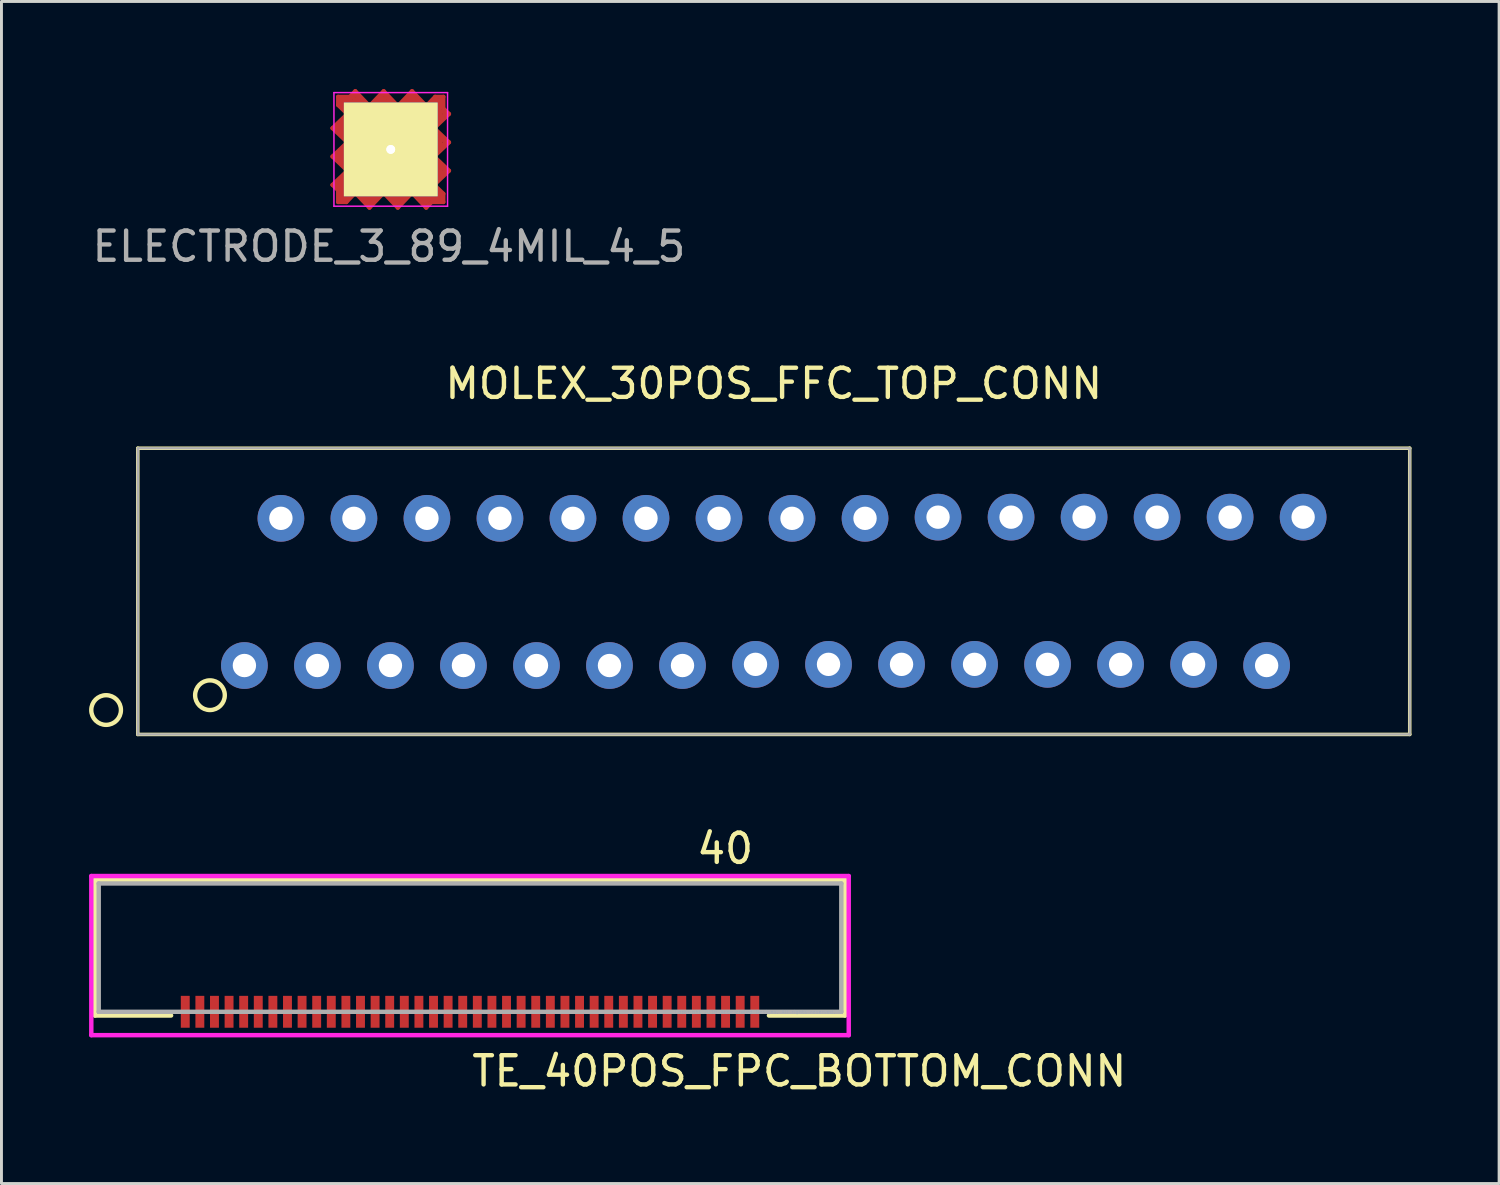
<source format=kicad_pcb>
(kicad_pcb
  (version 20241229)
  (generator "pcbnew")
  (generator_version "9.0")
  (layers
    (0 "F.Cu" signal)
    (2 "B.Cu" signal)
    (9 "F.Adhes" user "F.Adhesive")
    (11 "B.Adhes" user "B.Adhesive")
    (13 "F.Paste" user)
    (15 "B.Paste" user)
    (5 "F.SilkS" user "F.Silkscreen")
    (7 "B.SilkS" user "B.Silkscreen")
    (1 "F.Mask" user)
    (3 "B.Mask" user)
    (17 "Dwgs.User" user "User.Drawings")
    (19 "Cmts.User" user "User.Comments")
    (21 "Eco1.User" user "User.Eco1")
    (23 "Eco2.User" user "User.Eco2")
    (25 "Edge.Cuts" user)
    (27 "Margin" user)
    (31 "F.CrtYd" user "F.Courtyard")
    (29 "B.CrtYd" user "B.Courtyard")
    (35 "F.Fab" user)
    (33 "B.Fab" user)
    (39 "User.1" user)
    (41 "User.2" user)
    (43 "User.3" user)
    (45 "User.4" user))
  (footprint "ELECTRODE_3_89_4MIL_4_5"
    (layer "F.Cu")
    (at 10.329 2.066)
    (property "Reference" "ELECTRODE_3_89_4MIL_4_5" (at -0.061 3.322 0) (layer "F.Fab") (effects (font (size 1 1) (thickness 0.15))))
    (attr through_hole)
    (fp_line (start -1.996 -0.728) (end -1.486 -0.243) (stroke (width 0.141) (type solid)) (layer "F.Cu"))
    (fp_line (start -1.996 0.243) (end -1.486 0.729) (stroke (width 0.141) (type solid)) (layer "F.Cu"))
    (fp_line (start -1.996 1.215) (end -1.803 1.399) (stroke (width 0.141) (type solid)) (layer "F.Cu"))
    (fp_line (start -1.859 -0.729) (end -1.74 -0.864) (stroke (width 0.12) (type solid)) (layer "F.Cu"))
    (fp_line (start -1.857 0.244) (end -1.732 0.117) (stroke (width 0.12) (type solid)) (layer "F.Cu"))
    (fp_line (start -1.847 1.219) (end -1.735 1.082) (stroke (width 0.12) (type solid)) (layer "F.Cu"))
    (fp_line (start -1.803 -1.803) (end -1.399 -1.803) (stroke (width 0.141) (type solid)) (layer "F.Cu"))
    (fp_line (start -1.803 -1.519) (end -1.803 -1.803) (stroke (width 0.141) (type solid)) (layer "F.Cu"))
    (fp_line (start -1.803 -1.519) (end -1.486 -1.215) (stroke (width 0.141) (type solid)) (layer "F.Cu"))
    (fp_line (start -1.803 1.803) (end -1.803 1.399) (stroke (width 0.141) (type solid)) (layer "F.Cu"))
    (fp_line (start -1.803 1.803) (end -1.519 1.803) (stroke (width 0.141) (type solid)) (layer "F.Cu"))
    (fp_line (start -1.74 -0.864) (end -1.732 -0.683) (stroke (width 0.12) (type solid)) (layer "F.Cu"))
    (fp_line (start -1.735 1.082) (end -1.737 1.24) (stroke (width 0.12) (type solid)) (layer "F.Cu"))
    (fp_line (start -1.732 0.117) (end -1.748 0.292) (stroke (width 0.12) (type solid)) (layer "F.Cu"))
    (fp_line (start -1.714 1.422) (end -1.712 1.697) (stroke (width 0.12) (type solid)) (layer "F.Cu"))
    (fp_line (start -1.712 1.697) (end -1.524 1.699) (stroke (width 0.12) (type solid)) (layer "F.Cu"))
    (fp_line (start -1.697 -1.709) (end -1.697 -1.521) (stroke (width 0.12) (type solid)) (layer "F.Cu"))
    (fp_line (start -1.697 -1.521) (end -1.618 -1.458) (stroke (width 0.12) (type solid)) (layer "F.Cu"))
    (fp_line (start -1.656 -0.013) (end -1.654 0.483) (stroke (width 0.12) (type solid)) (layer "F.Cu"))
    (fp_line (start -1.654 0.483) (end -1.857 0.244) (stroke (width 0.12) (type solid)) (layer "F.Cu"))
    (fp_line (start -1.651 1.377) (end -1.847 1.219) (stroke (width 0.12) (type solid)) (layer "F.Cu"))
    (fp_line (start -1.648 -0.968) (end -1.648 -0.498) (stroke (width 0.12) (type solid)) (layer "F.Cu"))
    (fp_line (start -1.648 -0.498) (end -1.859 -0.729) (stroke (width 0.12) (type solid)) (layer "F.Cu"))
    (fp_line (start -1.646 0.98) (end -1.651 1.377) (stroke (width 0.12) (type solid)) (layer "F.Cu"))
    (fp_line (start -1.618 -1.631) (end -1.443 -1.628) (stroke (width 0.12) (type solid)) (layer "F.Cu"))
    (fp_line (start -1.618 -1.458) (end -1.618 -1.631) (stroke (width 0.12) (type solid)) (layer "F.Cu"))
    (fp_line (start -1.618 1.626) (end -1.621 1.427) (stroke (width 0.12) (type solid)) (layer "F.Cu"))
    (fp_line (start -1.524 1.699) (end -1.422 1.628) (stroke (width 0.12) (type solid)) (layer "F.Cu"))
    (fp_line (start -1.486 -1.215) (end -1.996 -0.728) (stroke (width 0.141) (type solid)) (layer "F.Cu"))
    (fp_line (start -1.486 -0.243) (end -1.996 0.243) (stroke (width 0.141) (type solid)) (layer "F.Cu"))
    (fp_line (start -1.486 0.729) (end -1.996 1.215) (stroke (width 0.141) (type solid)) (layer "F.Cu"))
    (fp_line (start -1.448 -1.643) (end -1.209 -1.869) (stroke (width 0.12) (type solid)) (layer "F.Cu"))
    (fp_line (start -1.443 -1.709) (end -1.697 -1.709) (stroke (width 0.12) (type solid)) (layer "F.Cu"))
    (fp_line (start -1.422 1.628) (end -1.618 1.626) (stroke (width 0.12) (type solid)) (layer "F.Cu"))
    (fp_line (start -1.215 -1.996) (end -1.399 -1.803) (stroke (width 0.141) (type solid)) (layer "F.Cu"))
    (fp_line (start -1.215 1.486) (end -1.519 1.803) (stroke (width 0.141) (type solid)) (layer "F.Cu"))
    (fp_line (start -1.209 -1.869) (end -1.034 -1.709) (stroke (width 0.12) (type solid)) (layer "F.Cu"))
    (fp_line (start -1.034 -1.709) (end -1.257 -1.74) (stroke (width 0.12) (type solid)) (layer "F.Cu"))
    (fp_line (start -1.001 1.638) (end -0.495 1.638) (stroke (width 0.12) (type solid)) (layer "F.Cu"))
    (fp_line (start -0.98 -1.638) (end -1.448 -1.643) (stroke (width 0.12) (type solid)) (layer "F.Cu"))
    (fp_line (start -0.876 1.712) (end -0.688 1.722) (stroke (width 0.12) (type solid)) (layer "F.Cu"))
    (fp_line (start -0.729 1.996) (end -1.215 1.486) (stroke (width 0.141) (type solid)) (layer "F.Cu"))
    (fp_line (start -0.729 1.841) (end -0.876 1.712) (stroke (width 0.12) (type solid)) (layer "F.Cu"))
    (fp_line (start -0.729 -1.486) (end -1.214 -1.996) (stroke (width 0.141) (type solid)) (layer "F.Cu"))
    (fp_line (start -0.513 -1.646) (end 0.003 -1.646) (stroke (width 0.12) (type solid)) (layer "F.Cu"))
    (fp_line (start -0.495 1.638) (end -0.729 1.841) (stroke (width 0.12) (type solid)) (layer "F.Cu"))
    (fp_line (start -0.406 -1.74) (end -0.17 -1.75) (stroke (width 0.12) (type solid)) (layer "F.Cu"))
    (fp_line (start -0.249 -1.88) (end -0.406 -1.74) (stroke (width 0.12) (type solid)) (layer "F.Cu"))
    (fp_line (start -0.243 1.486) (end -0.729 1.996) (stroke (width 0.141) (type solid)) (layer "F.Cu"))
    (fp_line (start -0.242 -1.996) (end -0.729 -1.486) (stroke (width 0.141) (type solid)) (layer "F.Cu"))
    (fp_line (start -0.025 1.646) (end 0.48 1.648) (stroke (width 0.12) (type solid)) (layer "F.Cu"))
    (fp_line (start 0.003 -1.646) (end -0.249 -1.88) (stroke (width 0.12) (type solid)) (layer "F.Cu"))
    (fp_line (start 0.104 1.73) (end 0.287 1.714) (stroke (width 0.12) (type solid)) (layer "F.Cu"))
    (fp_line (start 0.241 1.836) (end 0.104 1.73) (stroke (width 0.12) (type solid)) (layer "F.Cu"))
    (fp_line (start 0.242 1.996) (end -0.243 1.486) (stroke (width 0.141) (type solid)) (layer "F.Cu"))
    (fp_line (start 0.243 -1.486) (end -0.242 -1.996) (stroke (width 0.141) (type solid)) (layer "F.Cu"))
    (fp_line (start 0.462 -1.643) (end 0.993 -1.643) (stroke (width 0.12) (type solid)) (layer "F.Cu"))
    (fp_line (start 0.48 1.648) (end 0.241 1.836) (stroke (width 0.12) (type solid)) (layer "F.Cu"))
    (fp_line (start 0.572 -1.732) (end 0.81 -1.745) (stroke (width 0.12) (type solid)) (layer "F.Cu"))
    (fp_line (start 0.729 1.486) (end 0.242 1.996) (stroke (width 0.141) (type solid)) (layer "F.Cu"))
    (fp_line (start 0.729 -1.862) (end 0.572 -1.732) (stroke (width 0.12) (type solid)) (layer "F.Cu"))
    (fp_line (start 0.729 -1.996) (end 0.243 -1.486) (stroke (width 0.141) (type solid)) (layer "F.Cu"))
    (fp_line (start 0.968 1.643) (end 1.384 1.646) (stroke (width 0.12) (type solid)) (layer "F.Cu"))
    (fp_line (start 0.993 -1.643) (end 0.729 -1.862) (stroke (width 0.12) (type solid)) (layer "F.Cu"))
    (fp_line (start 1.069 1.714) (end 1.227 1.709) (stroke (width 0.12) (type solid)) (layer "F.Cu"))
    (fp_line (start 1.214 1.996) (end 0.729 1.486) (stroke (width 0.141) (type solid)) (layer "F.Cu"))
    (fp_line (start 1.215 -1.486) (end 0.729 -1.996) (stroke (width 0.141) (type solid)) (layer "F.Cu"))
    (fp_line (start 1.219 1.834) (end 1.069 1.714) (stroke (width 0.12) (type solid)) (layer "F.Cu"))
    (fp_line (start 1.384 1.646) (end 1.219 1.834) (stroke (width 0.12) (type solid)) (layer "F.Cu"))
    (fp_line (start 1.398 1.803) (end 1.214 1.996) (stroke (width 0.141) (type solid)) (layer "F.Cu"))
    (fp_line (start 1.399 1.803) (end 1.803 1.803) (stroke (width 0.141) (type solid)) (layer "F.Cu"))
    (fp_line (start 1.4 1.692) (end 1.704 1.692) (stroke (width 0.12) (type solid)) (layer "F.Cu"))
    (fp_line (start 1.473 -1.615) (end 1.56 -1.697) (stroke (width 0.12) (type solid)) (layer "F.Cu"))
    (fp_line (start 1.486 -0.729) (end 1.996 -0.243) (stroke (width 0.141) (type solid)) (layer "F.Cu"))
    (fp_line (start 1.486 0.243) (end 1.996 0.729) (stroke (width 0.141) (type solid)) (layer "F.Cu"))
    (fp_line (start 1.486 1.215) (end 1.803 1.519) (stroke (width 0.141) (type solid)) (layer "F.Cu"))
    (fp_line (start 1.519 -1.803) (end 1.215 -1.486) (stroke (width 0.141) (type solid)) (layer "F.Cu"))
    (fp_line (start 1.56 -1.697) (end 1.702 -1.694) (stroke (width 0.12) (type solid)) (layer "F.Cu"))
    (fp_line (start 1.628 -1.377) (end 1.877 -1.224) (stroke (width 0.12) (type solid)) (layer "F.Cu"))
    (fp_line (start 1.628 -0.993) (end 1.628 -1.377) (stroke (width 0.12) (type solid)) (layer "F.Cu"))
    (fp_line (start 1.628 0.953) (end 1.872 0.724) (stroke (width 0.12) (type solid)) (layer "F.Cu"))
    (fp_line (start 1.628 1.463) (end 1.628 1.605) (stroke (width 0.12) (type solid)) (layer "F.Cu"))
    (fp_line (start 1.628 1.605) (end 1.443 1.6) (stroke (width 0.12) (type solid)) (layer "F.Cu"))
    (fp_line (start 1.633 0.488) (end 1.628 0.953) (stroke (width 0.12) (type solid)) (layer "F.Cu"))
    (fp_line (start 1.636 -1.613) (end 1.473 -1.615) (stroke (width 0.12) (type solid)) (layer "F.Cu"))
    (fp_line (start 1.636 -1.44) (end 1.636 -1.613) (stroke (width 0.12) (type solid)) (layer "F.Cu"))
    (fp_line (start 1.643 -0.475) (end 1.643 -0.005) (stroke (width 0.12) (type solid)) (layer "F.Cu"))
    (fp_line (start 1.643 -0.005) (end 1.857 -0.246) (stroke (width 0.12) (type solid)) (layer "F.Cu"))
    (fp_line (start 1.697 -1.074) (end 1.72 -1.229) (stroke (width 0.12) (type solid)) (layer "F.Cu"))
    (fp_line (start 1.702 -1.694) (end 1.707 -1.427) (stroke (width 0.12) (type solid)) (layer "F.Cu"))
    (fp_line (start 1.704 1.547) (end 1.628 1.463) (stroke (width 0.12) (type solid)) (layer "F.Cu"))
    (fp_line (start 1.704 1.692) (end 1.704 1.547) (stroke (width 0.12) (type solid)) (layer "F.Cu"))
    (fp_line (start 1.712 -0.384) (end 1.714 -0.175) (stroke (width 0.12) (type solid)) (layer "F.Cu"))
    (fp_line (start 1.717 0.579) (end 1.732 0.79) (stroke (width 0.12) (type solid)) (layer "F.Cu"))
    (fp_line (start 1.803 -1.803) (end 1.519 -1.803) (stroke (width 0.141) (type solid)) (layer "F.Cu"))
    (fp_line (start 1.803 -1.803) (end 1.803 -1.399) (stroke (width 0.141) (type solid)) (layer "F.Cu"))
    (fp_line (start 1.803 -1.399) (end 1.996 -1.215) (stroke (width 0.141) (type solid)) (layer "F.Cu"))
    (fp_line (start 1.803 1.803) (end 1.803 1.519) (stroke (width 0.141) (type solid)) (layer "F.Cu"))
    (fp_line (start 1.857 -0.246) (end 1.712 -0.384) (stroke (width 0.12) (type solid)) (layer "F.Cu"))
    (fp_line (start 1.872 0.724) (end 1.717 0.579) (stroke (width 0.12) (type solid)) (layer "F.Cu"))
    (fp_line (start 1.877 -1.224) (end 1.697 -1.074) (stroke (width 0.12) (type solid)) (layer "F.Cu"))
    (fp_line (start 1.996 -1.215) (end 1.486 -0.729) (stroke (width 0.141) (type solid)) (layer "F.Cu"))
    (fp_line (start 1.996 -0.243) (end 1.486 0.243) (stroke (width 0.141) (type solid)) (layer "F.Cu"))
    (fp_line (start 1.996 0.729) (end 1.486 1.215) (stroke (width 0.141) (type solid)) (layer "F.Cu"))
    (fp_line (start -1.945 -1.945) (end -1.945 1.945) (stroke (width 0.05) (type solid)) (layer "F.CrtYd"))
    (fp_line (start -1.945 -1.945) (end 1.945 -1.945) (stroke (width 0.05) (type solid)) (layer "F.CrtYd"))
    (fp_line (start -1.945 1.945) (end 1.945 1.945) (stroke (width 0.05) (type solid)) (layer "F.CrtYd"))
    (fp_line (start 1.945 -1.945) (end 1.945 1.945) (stroke (width 0.05) (type solid)) (layer "F.CrtYd"))
    (pad "1" thru_hole circle (at 0 0) (size 0.605 0.605) (drill 0.3) (layers "*.Cu" "*.Mask" "F.SilkS"))
    (pad "1" thru_hole rect (at 0 0) (size 3.21 3.21) (drill 0.3) (layers "F.Cu" "F.Mask" "F.SilkS")))
  (footprint "MOLEX_30POS_FFC_TOP_CONN"
    (layer "F.Cu")
    (at 23.443 17.197)
    (property "Reference" "MOLEX_30POS_FFC_TOP_CONN" (at 0 -7.112 0) (layer "F.SilkS") (effects (font (size 1 1) (thickness 0.15))))
    (attr through_hole)
    (fp_line (start -21.775 -4.9) (end -21.775 4.9) (stroke (width 0.12) (type solid)) (layer "F.SilkS"))
    (fp_line (start -21.775 4.9) (end 21.775 4.9) (stroke (width 0.12) (type solid)) (layer "F.SilkS"))
    (fp_line (start 21.775 -4.9) (end -21.775 -4.9) (stroke (width 0.12) (type solid)) (layer "F.SilkS"))
    (fp_line (start 21.775 -4.9) (end 21.775 4.9) (stroke (width 0.12) (type solid)) (layer "F.SilkS"))
    (fp_circle (center -22.86 4.064) (end -22.352 4.064) (stroke (width 0.15) (type solid)) (fill no) (layer "F.SilkS"))
    (fp_circle (center -19.304 3.556) (end -18.796 3.556) (stroke (width 0.15) (type solid)) (fill no) (layer "F.SilkS"))
    (fp_line (start -21.775 -4.9) (end -21.775 4.9) (stroke (width 0.08) (type solid)) (layer "F.Fab"))
    (fp_line (start -21.775 -4.9) (end 21.775 -4.9) (stroke (width 0.08) (type solid)) (layer "F.Fab"))
    (fp_line (start -21.775 4.9) (end 21.775 4.9) (stroke (width 0.08) (type solid)) (layer "F.Fab"))
    (fp_line (start 21.775 -4.9) (end 21.775 4.9) (stroke (width 0.08) (type solid)) (layer "F.Fab"))
    (pad "1" thru_hole circle (at -18.125 2.54) (size 1.6 1.6) (drill 0.8) (layers "*.Cu" "*.Mask"))
    (pad "2" thru_hole circle (at -16.875 -2.5) (size 1.6 1.6) (drill 0.8) (layers "*.Cu" "*.Mask"))
    (pad "3" thru_hole circle (at -15.625 2.54) (size 1.6 1.6) (drill 0.8) (layers "*.Cu" "*.Mask"))
    (pad "4" thru_hole circle (at -14.375 -2.5) (size 1.6 1.6) (drill 0.8) (layers "*.Cu" "*.Mask"))
    (pad "5" thru_hole circle (at -13.125 2.54) (size 1.6 1.6) (drill 0.8) (layers "*.Cu" "*.Mask"))
    (pad "6" thru_hole circle (at -11.875 -2.5) (size 1.6 1.6) (drill 0.8) (layers "*.Cu" "*.Mask"))
    (pad "7" thru_hole circle (at -10.625 2.54) (size 1.6 1.6) (drill 0.8) (layers "*.Cu" "*.Mask"))
    (pad "8" thru_hole circle (at -9.375 -2.5) (size 1.6 1.6) (drill 0.8) (layers "*.Cu" "*.Mask"))
    (pad "9" thru_hole circle (at -8.125 2.54) (size 1.6 1.6) (drill 0.8) (layers "*.Cu" "*.Mask"))
    (pad "10" thru_hole circle (at -6.875 -2.5) (size 1.6 1.6) (drill 0.8) (layers "*.Cu" "*.Mask"))
    (pad "11" thru_hole circle (at -5.625 2.54) (size 1.6 1.6) (drill 0.8) (layers "*.Cu" "*.Mask"))
    (pad "12" thru_hole circle (at -4.375 -2.5) (size 1.6 1.6) (drill 0.8) (layers "*.Cu" "*.Mask"))
    (pad "13" thru_hole circle (at -3.125 2.54) (size 1.6 1.6) (drill 0.8) (layers "*.Cu" "*.Mask"))
    (pad "14" thru_hole circle (at -1.875 -2.5) (size 1.6 1.6) (drill 0.8) (layers "*.Cu" "*.Mask"))
    (pad "15" thru_hole circle (at -0.625 2.5) (size 1.6 1.6) (drill 0.8) (layers "*.Cu" "*.Mask"))
    (pad "16" thru_hole circle (at 0.625 -2.5) (size 1.6 1.6) (drill 0.8) (layers "*.Cu" "*.Mask"))
    (pad "17" thru_hole circle (at 1.875 2.5) (size 1.6 1.6) (drill 0.8) (layers "*.Cu" "*.Mask"))
    (pad "18" thru_hole circle (at 3.125 -2.5) (size 1.6 1.6) (drill 0.8) (layers "*.Cu" "*.Mask"))
    (pad "19" thru_hole circle (at 4.375 2.5) (size 1.6 1.6) (drill 0.8) (layers "*.Cu" "*.Mask"))
    (pad "20" thru_hole circle (at 5.625 -2.54) (size 1.6 1.6) (drill 0.8) (layers "*.Cu" "*.Mask"))
    (pad "21" thru_hole circle (at 6.875 2.5) (size 1.6 1.6) (drill 0.8) (layers "*.Cu" "*.Mask"))
    (pad "22" thru_hole circle (at 8.125 -2.54) (size 1.6 1.6) (drill 0.8) (layers "*.Cu" "*.Mask"))
    (pad "23" thru_hole circle (at 9.375 2.5) (size 1.6 1.6) (drill 0.8) (layers "*.Cu" "*.Mask"))
    (pad "24" thru_hole circle (at 10.625 -2.54) (size 1.6 1.6) (drill 0.8) (layers "*.Cu" "*.Mask"))
    (pad "25" thru_hole circle (at 11.875 2.5) (size 1.6 1.6) (drill 0.8) (layers "*.Cu" "*.Mask"))
    (pad "26" thru_hole circle (at 13.125 -2.54) (size 1.6 1.6) (drill 0.8) (layers "*.Cu" "*.Mask"))
    (pad "27" thru_hole circle (at 14.375 2.5) (size 1.6 1.6) (drill 0.8) (layers "*.Cu" "*.Mask"))
    (pad "28" thru_hole circle (at 15.625 -2.54) (size 1.6 1.6) (drill 0.8) (layers "*.Cu" "*.Mask"))
    (pad "29" thru_hole circle (at 16.875 2.54) (size 1.6 1.6) (drill 0.8) (layers "*.Cu" "*.Mask"))
    (pad "30" thru_hole circle (at 18.125 -2.54) (size 1.6 1.6) (drill 0.8) (layers "*.Cu" "*.Mask")))
  (footprint "TE_40POS_FPC_BOTTOM_CONN"
    (layer "F.Cu")
    (at 22.793 31.593)
    (property "Reference" "TE_40POS_FPC_BOTTOM_CONN" (at 1.524 2.032 0) (layer "F.SilkS") (effects (font (size 1 1) (thickness 0.15))))
    (attr through_hole)
    (fp_line (start -22.59 -4.521) (end -22.59 0.127) (stroke (width 0.152) (type solid)) (layer "F.SilkS"))
    (fp_line (start -22.59 0.127) (end -19.985 0.127) (stroke (width 0.152) (type solid)) (layer "F.SilkS"))
    (fp_line (start 0.485 0.127) (end 3.09 0.127) (stroke (width 0.152) (type solid)) (layer "F.SilkS"))
    (fp_line (start 3.09 -4.521) (end -22.59 -4.521) (stroke (width 0.152) (type solid)) (layer "F.SilkS"))
    (fp_line (start 3.09 0.127) (end 3.09 -4.521) (stroke (width 0.152) (type solid)) (layer "F.SilkS"))
    (fp_line (start -22.717 -4.648) (end -22.717 0.8) (stroke (width 0.152) (type solid)) (layer "F.CrtYd"))
    (fp_line (start -22.717 0.8) (end 3.217 0.8) (stroke (width 0.152) (type solid)) (layer "F.CrtYd"))
    (fp_line (start 3.217 -4.648) (end -22.717 -4.648) (stroke (width 0.152) (type solid)) (layer "F.CrtYd"))
    (fp_line (start 3.217 0.8) (end 3.217 -4.648) (stroke (width 0.152) (type solid)) (layer "F.CrtYd"))
    (fp_line (start -22.463 -4.394) (end -22.463 0) (stroke (width 0.152) (type solid)) (layer "F.Fab"))
    (fp_line (start -22.463 0) (end 2.963 0) (stroke (width 0.152) (type solid)) (layer "F.Fab"))
    (fp_line (start 2.963 -4.394) (end -22.463 -4.394) (stroke (width 0.152) (type solid)) (layer "F.Fab"))
    (fp_line (start 2.963 0) (end 2.963 -4.394) (stroke (width 0.152) (type solid)) (layer "F.Fab"))
    (fp_text user "40" (at -1.016 -5.588 0) (layer "F.SilkS") (effects (font (size 1 1) (thickness 0.15))))
    (fp_text user "Copyright 2016 Accelerated Designs. All rights reserved." (at 0 0 0) (layer "Cmts.User") (effects (font (size 0.127 0.127) (thickness 0.002))))
    (pad "1" smd rect (at -19.5 0) (size 0.305 1.092) (layers "F.Cu" "F.Mask" "F.Paste"))
    (pad "2" smd rect (at -19 0) (size 0.305 1.092) (layers "F.Cu" "F.Mask" "F.Paste"))
    (pad "3" smd rect (at -18.5 0) (size 0.305 1.092) (layers "F.Cu" "F.Mask" "F.Paste"))
    (pad "4" smd rect (at -18 0) (size 0.305 1.092) (layers "F.Cu" "F.Mask" "F.Paste"))
    (pad "5" smd rect (at -17.5 0) (size 0.305 1.092) (layers "F.Cu" "F.Mask" "F.Paste"))
    (pad "6" smd rect (at -17 0) (size 0.305 1.092) (layers "F.Cu" "F.Mask" "F.Paste"))
    (pad "7" smd rect (at -16.5 0) (size 0.305 1.092) (layers "F.Cu" "F.Mask" "F.Paste"))
    (pad "8" smd rect (at -16 0) (size 0.305 1.092) (layers "F.Cu" "F.Mask" "F.Paste"))
    (pad "9" smd rect (at -15.5 0) (size 0.305 1.092) (layers "F.Cu" "F.Mask" "F.Paste"))
    (pad "10" smd rect (at -15 0) (size 0.305 1.092) (layers "F.Cu" "F.Mask" "F.Paste"))
    (pad "11" smd rect (at -14.5 0) (size 0.305 1.092) (layers "F.Cu" "F.Mask" "F.Paste"))
    (pad "12" smd rect (at -14 0) (size 0.305 1.092) (layers "F.Cu" "F.Mask" "F.Paste"))
    (pad "13" smd rect (at -13.5 0) (size 0.305 1.092) (layers "F.Cu" "F.Mask" "F.Paste"))
    (pad "14" smd rect (at -13 0) (size 0.305 1.092) (layers "F.Cu" "F.Mask" "F.Paste"))
    (pad "15" smd rect (at -12.5 0) (size 0.305 1.092) (layers "F.Cu" "F.Mask" "F.Paste"))
    (pad "16" smd rect (at -12 0) (size 0.305 1.092) (layers "F.Cu" "F.Mask" "F.Paste"))
    (pad "17" smd rect (at -11.5 0) (size 0.305 1.092) (layers "F.Cu" "F.Mask" "F.Paste"))
    (pad "18" smd rect (at -11 0) (size 0.305 1.092) (layers "F.Cu" "F.Mask" "F.Paste"))
    (pad "19" smd rect (at -10.5 0) (size 0.305 1.092) (layers "F.Cu" "F.Mask" "F.Paste"))
    (pad "20" smd rect (at -10 0) (size 0.305 1.092) (layers "F.Cu" "F.Mask" "F.Paste"))
    (pad "21" smd rect (at -9.5 0) (size 0.305 1.092) (layers "F.Cu" "F.Mask" "F.Paste"))
    (pad "22" smd rect (at -9 0) (size 0.305 1.092) (layers "F.Cu" "F.Mask" "F.Paste"))
    (pad "23" smd rect (at -8.5 0) (size 0.305 1.092) (layers "F.Cu" "F.Mask" "F.Paste"))
    (pad "24" smd rect (at -8 0) (size 0.305 1.092) (layers "F.Cu" "F.Mask" "F.Paste"))
    (pad "25" smd rect (at -7.5 0) (size 0.305 1.092) (layers "F.Cu" "F.Mask" "F.Paste"))
    (pad "26" smd rect (at -7 0) (size 0.305 1.092) (layers "F.Cu" "F.Mask" "F.Paste"))
    (pad "27" smd rect (at -6.5 0) (size 0.305 1.092) (layers "F.Cu" "F.Mask" "F.Paste"))
    (pad "28" smd rect (at -6 0) (size 0.305 1.092) (layers "F.Cu" "F.Mask" "F.Paste"))
    (pad "29" smd rect (at -5.5 0) (size 0.305 1.092) (layers "F.Cu" "F.Mask" "F.Paste"))
    (pad "30" smd rect (at -5 0) (size 0.305 1.092) (layers "F.Cu" "F.Mask" "F.Paste"))
    (pad "31" smd rect (at -4.5 0) (size 0.305 1.092) (layers "F.Cu" "F.Mask" "F.Paste"))
    (pad "32" smd rect (at -4 0) (size 0.305 1.092) (layers "F.Cu" "F.Mask" "F.Paste"))
    (pad "33" smd rect (at -3.5 0) (size 0.305 1.092) (layers "F.Cu" "F.Mask" "F.Paste"))
    (pad "34" smd rect (at -3 0) (size 0.305 1.092) (layers "F.Cu" "F.Mask" "F.Paste"))
    (pad "35" smd rect (at -2.5 0) (size 0.305 1.092) (layers "F.Cu" "F.Mask" "F.Paste"))
    (pad "36" smd rect (at -2 0) (size 0.305 1.092) (layers "F.Cu" "F.Mask" "F.Paste"))
    (pad "37" smd rect (at -1.5 0) (size 0.305 1.092) (layers "F.Cu" "F.Mask" "F.Paste"))
    (pad "38" smd rect (at -1 0) (size 0.305 1.092) (layers "F.Cu" "F.Mask" "F.Paste"))
    (pad "39" smd rect (at -0.5 0) (size 0.305 1.092) (layers "F.Cu" "F.Mask" "F.Paste"))
    (pad "40" smd rect (at 0.000001 0) (size 0.305 1.092) (layers "F.Cu" "F.Mask" "F.Paste")))
  (gr_rect
    (start -3 -3)
    (end 48.278 37.473)
    (stroke (width 0.1) (type default))
    (fill no)
    (layer "Edge.Cuts")))
</source>
